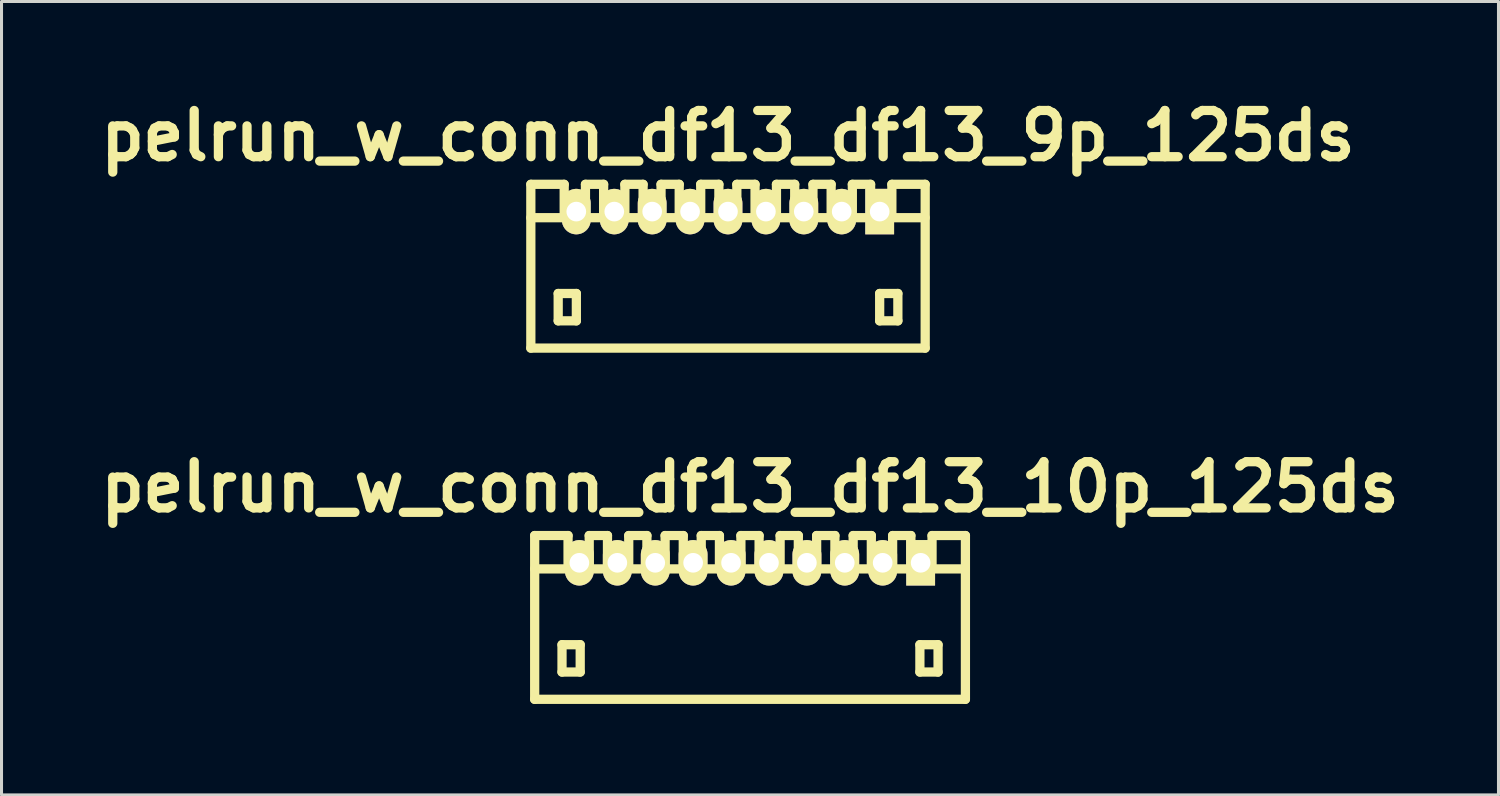
<source format=kicad_pcb>
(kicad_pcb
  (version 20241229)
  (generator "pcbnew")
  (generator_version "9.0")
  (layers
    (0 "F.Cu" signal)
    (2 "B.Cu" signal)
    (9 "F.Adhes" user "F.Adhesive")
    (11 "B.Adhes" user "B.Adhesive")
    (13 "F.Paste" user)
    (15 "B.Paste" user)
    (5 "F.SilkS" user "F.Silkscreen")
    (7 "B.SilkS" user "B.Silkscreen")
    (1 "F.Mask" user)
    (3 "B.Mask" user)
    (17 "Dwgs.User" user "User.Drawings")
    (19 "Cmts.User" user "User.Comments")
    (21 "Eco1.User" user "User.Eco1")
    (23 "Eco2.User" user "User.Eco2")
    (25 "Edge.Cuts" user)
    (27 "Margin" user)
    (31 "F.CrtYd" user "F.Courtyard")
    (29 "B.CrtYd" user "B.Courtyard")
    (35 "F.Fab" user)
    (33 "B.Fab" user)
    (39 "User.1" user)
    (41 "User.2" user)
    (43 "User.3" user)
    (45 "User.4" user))
  (footprint "pelrun_w_conn_df13_df13_10p_125ds"
    (layer "F.Cu")
    (at 21.677 17.306)
    (property "Reference" "pelrun_w_conn_df13_df13_10p_125ds" (at 0 -4.3 0) (layer "F.SilkS") (effects (font (size 1.524 1.524) (thickness 0.305))))
    (attr through_hole)
    (fp_line (start -7.099 2.7) (end -7.099 -2.7) (stroke (width 0.305) (type solid)) (layer "F.SilkS"))
    (fp_line (start -7.099 2.7) (end 7.099 2.7) (stroke (width 0.305) (type solid)) (layer "F.SilkS"))
    (fp_line (start -6.198 0.899) (end -6.198 1.801) (stroke (width 0.305) (type solid)) (layer "F.SilkS"))
    (fp_line (start -6.198 1.801) (end -5.598 1.801) (stroke (width 0.305) (type solid)) (layer "F.SilkS"))
    (fp_line (start -5.999 -2.7) (end -7.099 -2.7) (stroke (width 0.305) (type solid)) (layer "F.SilkS"))
    (fp_line (start -5.999 -1.6) (end -5.999 -2.7) (stroke (width 0.305) (type solid)) (layer "F.SilkS"))
    (fp_line (start -5.598 0.899) (end -6.198 0.899) (stroke (width 0.305) (type solid)) (layer "F.SilkS"))
    (fp_line (start -5.598 1.801) (end -5.598 0.899) (stroke (width 0.305) (type solid)) (layer "F.SilkS"))
    (fp_line (start -5.301 -2.7) (end -5.301 -1.6) (stroke (width 0.305) (type solid)) (layer "F.SilkS"))
    (fp_line (start -4.699 -2.7) (end -5.301 -2.7) (stroke (width 0.305) (type solid)) (layer "F.SilkS"))
    (fp_line (start -4.699 -2.7) (end -4.699 -1.6) (stroke (width 0.305) (type solid)) (layer "F.SilkS"))
    (fp_line (start -3.998 -2.7) (end -3.998 -1.6) (stroke (width 0.305) (type solid)) (layer "F.SilkS"))
    (fp_line (start -3.399 -2.7) (end -3.998 -2.7) (stroke (width 0.305) (type solid)) (layer "F.SilkS"))
    (fp_line (start -3.399 -2.7) (end -3.399 -1.6) (stroke (width 0.305) (type solid)) (layer "F.SilkS"))
    (fp_line (start -2.799 -2.7) (end -2.799 -1.6) (stroke (width 0.305) (type solid)) (layer "F.SilkS"))
    (fp_line (start -2.2 -2.7) (end -2.799 -2.7) (stroke (width 0.305) (type solid)) (layer "F.SilkS"))
    (fp_line (start -2.2 -1.6) (end -2.2 -2.7) (stroke (width 0.305) (type solid)) (layer "F.SilkS"))
    (fp_line (start -1.608 -1.6) (end -1.608 -2.7) (stroke (width 0.305) (type solid)) (layer "F.SilkS"))
    (fp_line (start -1.008 -2.7) (end -1.608 -2.7) (stroke (width 0.305) (type solid)) (layer "F.SilkS"))
    (fp_line (start -1.008 -1.6) (end -1.008 -2.7) (stroke (width 0.305) (type solid)) (layer "F.SilkS"))
    (fp_line (start -0.3 -2.7) (end 0.3 -2.7) (stroke (width 0.305) (type solid)) (layer "F.SilkS"))
    (fp_line (start -0.3 -1.6) (end -0.3 -2.7) (stroke (width 0.305) (type solid)) (layer "F.SilkS"))
    (fp_line (start 0.3 -2.7) (end 0.3 -1.6) (stroke (width 0.305) (type solid)) (layer "F.SilkS"))
    (fp_line (start 0.993 -2.7) (end 1.593 -2.7) (stroke (width 0.305) (type solid)) (layer "F.SilkS"))
    (fp_line (start 0.993 -1.6) (end 0.993 -2.7) (stroke (width 0.305) (type solid)) (layer "F.SilkS"))
    (fp_line (start 1.593 -2.7) (end 1.593 -1.6) (stroke (width 0.305) (type solid)) (layer "F.SilkS"))
    (fp_line (start 2.197 -2.7) (end 2.799 -2.7) (stroke (width 0.305) (type solid)) (layer "F.SilkS"))
    (fp_line (start 2.197 -1.6) (end 2.197 -2.7) (stroke (width 0.305) (type solid)) (layer "F.SilkS"))
    (fp_line (start 2.799 -2.7) (end 2.799 -1.6) (stroke (width 0.305) (type solid)) (layer "F.SilkS"))
    (fp_line (start 3.401 -2.7) (end 4 -2.7) (stroke (width 0.305) (type solid)) (layer "F.SilkS"))
    (fp_line (start 3.401 -1.6) (end 3.401 -2.7) (stroke (width 0.305) (type solid)) (layer "F.SilkS"))
    (fp_line (start 4 -2.7) (end 4 -1.6) (stroke (width 0.305) (type solid)) (layer "F.SilkS"))
    (fp_line (start 4.702 -2.7) (end 5.304 -2.7) (stroke (width 0.305) (type solid)) (layer "F.SilkS"))
    (fp_line (start 4.702 -1.6) (end 4.702 -2.7) (stroke (width 0.305) (type solid)) (layer "F.SilkS"))
    (fp_line (start 5.304 -2.7) (end 5.304 -1.6) (stroke (width 0.305) (type solid)) (layer "F.SilkS"))
    (fp_line (start 5.601 0.899) (end 6.2 0.899) (stroke (width 0.305) (type solid)) (layer "F.SilkS"))
    (fp_line (start 5.601 1.801) (end 5.601 0.899) (stroke (width 0.305) (type solid)) (layer "F.SilkS"))
    (fp_line (start 6.002 -1.6) (end 6.002 -2.7) (stroke (width 0.305) (type solid)) (layer "F.SilkS"))
    (fp_line (start 6.2 0.899) (end 6.2 1.801) (stroke (width 0.305) (type solid)) (layer "F.SilkS"))
    (fp_line (start 6.2 1.801) (end 5.601 1.801) (stroke (width 0.305) (type solid)) (layer "F.SilkS"))
    (fp_line (start 7.099 -1.6) (end -7.099 -1.6) (stroke (width 0.305) (type solid)) (layer "F.SilkS"))
    (fp_line (start 7.102 -2.7) (end 6.002 -2.7) (stroke (width 0.305) (type solid)) (layer "F.SilkS"))
    (fp_line (start 7.102 2.7) (end 7.102 -2.7) (stroke (width 0.305) (type solid)) (layer "F.SilkS"))
    (pad "1" thru_hole rect (at 5.626 -1.801) (size 0.95 1.499) (drill 0.648) (layers "*.Cu" "*.Mask" "F.SilkS"))
    (pad "2" thru_hole oval (at 4.374 -1.801) (size 0.95 1.499) (drill 0.648) (layers "*.Cu" "*.Mask" "F.SilkS"))
    (pad "3" thru_hole oval (at 3.124 -1.801) (size 0.95 1.499) (drill 0.648) (layers "*.Cu" "*.Mask" "F.SilkS"))
    (pad "4" thru_hole oval (at 1.875 -1.801) (size 0.95 1.499) (drill 0.648) (layers "*.Cu" "*.Mask" "F.SilkS"))
    (pad "5" thru_hole oval (at 0.625 -1.801) (size 0.95 1.499) (drill 0.648) (layers "*.Cu" "*.Mask" "F.SilkS"))
    (pad "6" thru_hole oval (at -0.625 -1.801) (size 0.95 1.499) (drill 0.648) (layers "*.Cu" "*.Mask" "F.SilkS"))
    (pad "7" thru_hole oval (at -1.875 -1.801) (size 0.95 1.499) (drill 0.648) (layers "*.Cu" "*.Mask" "F.SilkS"))
    (pad "8" thru_hole oval (at -3.124 -1.801) (size 0.95 1.499) (drill 0.648) (layers "*.Cu" "*.Mask" "F.SilkS"))
    (pad "9" thru_hole oval (at -4.374 -1.801) (size 0.95 1.499) (drill 0.648) (layers "*.Cu" "*.Mask" "F.SilkS"))
    (pad "10" thru_hole oval (at -5.626 -1.801) (size 0.95 1.499) (drill 0.648) (layers "*.Cu" "*.Mask" "F.SilkS")))
  (footprint "pelrun_w_conn_df13_df13_9p_125ds"
    (layer "F.Cu")
    (at 20.951 5.727)
    (property "Reference" "pelrun_w_conn_df13_df13_9p_125ds" (at 0 -4.3 0) (layer "F.SilkS") (effects (font (size 1.524 1.524) (thickness 0.305))))
    (attr through_hole)
    (fp_line (start -6.5 -1.6) (end 6.5 -1.6) (stroke (width 0.305) (type solid)) (layer "F.SilkS"))
    (fp_line (start -6.5 2.7) (end -6.5 -2.7) (stroke (width 0.305) (type solid)) (layer "F.SilkS"))
    (fp_line (start -5.598 0.899) (end -5.598 1.801) (stroke (width 0.305) (type solid)) (layer "F.SilkS"))
    (fp_line (start -5.598 1.801) (end -4.999 1.801) (stroke (width 0.305) (type solid)) (layer "F.SilkS"))
    (fp_line (start -5.4 -2.7) (end -6.5 -2.7) (stroke (width 0.305) (type solid)) (layer "F.SilkS"))
    (fp_line (start -5.4 -1.6) (end -5.4 -2.7) (stroke (width 0.305) (type solid)) (layer "F.SilkS"))
    (fp_line (start -4.999 0.899) (end -5.598 0.899) (stroke (width 0.305) (type solid)) (layer "F.SilkS"))
    (fp_line (start -4.999 1.801) (end -4.999 0.899) (stroke (width 0.305) (type solid)) (layer "F.SilkS"))
    (fp_line (start -4.699 -2.7) (end -4.699 -1.6) (stroke (width 0.305) (type solid)) (layer "F.SilkS"))
    (fp_line (start -4.1 -2.7) (end -4.699 -2.7) (stroke (width 0.305) (type solid)) (layer "F.SilkS"))
    (fp_line (start -4.1 -2.7) (end -4.1 -1.6) (stroke (width 0.305) (type solid)) (layer "F.SilkS"))
    (fp_line (start -3.399 -2.7) (end -3.399 -1.6) (stroke (width 0.305) (type solid)) (layer "F.SilkS"))
    (fp_line (start -2.799 -2.7) (end -3.399 -2.7) (stroke (width 0.305) (type solid)) (layer "F.SilkS"))
    (fp_line (start -2.799 -1.6) (end -2.799 -2.7) (stroke (width 0.305) (type solid)) (layer "F.SilkS"))
    (fp_line (start -2.207 -1.6) (end -2.207 -2.7) (stroke (width 0.305) (type solid)) (layer "F.SilkS"))
    (fp_line (start -1.608 -2.7) (end -2.207 -2.7) (stroke (width 0.305) (type solid)) (layer "F.SilkS"))
    (fp_line (start -1.608 -1.6) (end -1.608 -2.7) (stroke (width 0.305) (type solid)) (layer "F.SilkS"))
    (fp_line (start -0.899 -2.7) (end -0.3 -2.7) (stroke (width 0.305) (type solid)) (layer "F.SilkS"))
    (fp_line (start -0.899 -1.6) (end -0.899 -2.7) (stroke (width 0.305) (type solid)) (layer "F.SilkS"))
    (fp_line (start -0.3 -2.7) (end -0.3 -1.6) (stroke (width 0.305) (type solid)) (layer "F.SilkS"))
    (fp_line (start 0.292 -2.7) (end 0.892 -2.7) (stroke (width 0.305) (type solid)) (layer "F.SilkS"))
    (fp_line (start 0.292 -1.6) (end 0.292 -2.7) (stroke (width 0.305) (type solid)) (layer "F.SilkS"))
    (fp_line (start 0.892 -2.7) (end 0.892 -1.6) (stroke (width 0.305) (type solid)) (layer "F.SilkS"))
    (fp_line (start 1.598 -2.7) (end 2.2 -2.7) (stroke (width 0.305) (type solid)) (layer "F.SilkS"))
    (fp_line (start 1.598 -1.6) (end 1.598 -2.7) (stroke (width 0.305) (type solid)) (layer "F.SilkS"))
    (fp_line (start 2.2 -2.7) (end 2.2 -1.6) (stroke (width 0.305) (type solid)) (layer "F.SilkS"))
    (fp_line (start 2.802 -2.7) (end 3.401 -2.7) (stroke (width 0.305) (type solid)) (layer "F.SilkS"))
    (fp_line (start 2.802 -1.6) (end 2.802 -2.7) (stroke (width 0.305) (type solid)) (layer "F.SilkS"))
    (fp_line (start 3.401 -2.7) (end 3.401 -1.6) (stroke (width 0.305) (type solid)) (layer "F.SilkS"))
    (fp_line (start 4.1 -2.7) (end 4.702 -2.7) (stroke (width 0.305) (type solid)) (layer "F.SilkS"))
    (fp_line (start 4.1 -1.6) (end 4.1 -2.7) (stroke (width 0.305) (type solid)) (layer "F.SilkS"))
    (fp_line (start 4.702 -2.7) (end 4.702 -1.6) (stroke (width 0.305) (type solid)) (layer "F.SilkS"))
    (fp_line (start 5.001 0.899) (end 5.601 0.899) (stroke (width 0.305) (type solid)) (layer "F.SilkS"))
    (fp_line (start 5.001 1.801) (end 5.001 0.899) (stroke (width 0.305) (type solid)) (layer "F.SilkS"))
    (fp_line (start 5.403 -1.6) (end 5.403 -2.7) (stroke (width 0.305) (type solid)) (layer "F.SilkS"))
    (fp_line (start 5.601 0.899) (end 5.601 1.801) (stroke (width 0.305) (type solid)) (layer "F.SilkS"))
    (fp_line (start 5.601 1.801) (end 5.001 1.801) (stroke (width 0.305) (type solid)) (layer "F.SilkS"))
    (fp_line (start 6.5 2.7) (end -6.5 2.7) (stroke (width 0.305) (type solid)) (layer "F.SilkS"))
    (fp_line (start 6.502 -2.7) (end 5.403 -2.7) (stroke (width 0.305) (type solid)) (layer "F.SilkS"))
    (fp_line (start 6.502 2.7) (end 6.502 -2.7) (stroke (width 0.305) (type solid)) (layer "F.SilkS"))
    (pad "1" thru_hole rect (at 5.001 -1.801) (size 0.95 1.499) (drill 0.648) (layers "*.Cu" "*.Mask" "F.SilkS"))
    (pad "2" thru_hole oval (at 3.749 -1.801) (size 0.95 1.499) (drill 0.648) (layers "*.Cu" "*.Mask" "F.SilkS"))
    (pad "3" thru_hole oval (at 2.499 -1.801) (size 0.95 1.499) (drill 0.648) (layers "*.Cu" "*.Mask" "F.SilkS"))
    (pad "4" thru_hole oval (at 1.25 -1.801) (size 0.95 1.499) (drill 0.648) (layers "*.Cu" "*.Mask" "F.SilkS"))
    (pad "5" thru_hole oval (at 0 -1.801) (size 0.95 1.499) (drill 0.648) (layers "*.Cu" "*.Mask" "F.SilkS"))
    (pad "6" thru_hole oval (at -1.25 -1.801) (size 0.95 1.499) (drill 0.648) (layers "*.Cu" "*.Mask" "F.SilkS"))
    (pad "7" thru_hole oval (at -2.499 -1.801) (size 0.95 1.499) (drill 0.648) (layers "*.Cu" "*.Mask" "F.SilkS"))
    (pad "8" thru_hole oval (at -3.749 -1.801) (size 0.95 1.499) (drill 0.648) (layers "*.Cu" "*.Mask" "F.SilkS"))
    (pad "9" thru_hole oval (at -5.001 -1.801) (size 0.95 1.499) (drill 0.648) (layers "*.Cu" "*.Mask" "F.SilkS")))
  (gr_rect
    (start -3 -3)
    (end 46.354 23.158)
    (stroke (width 0.1) (type default))
    (fill no)
    (layer "Edge.Cuts")))
</source>
